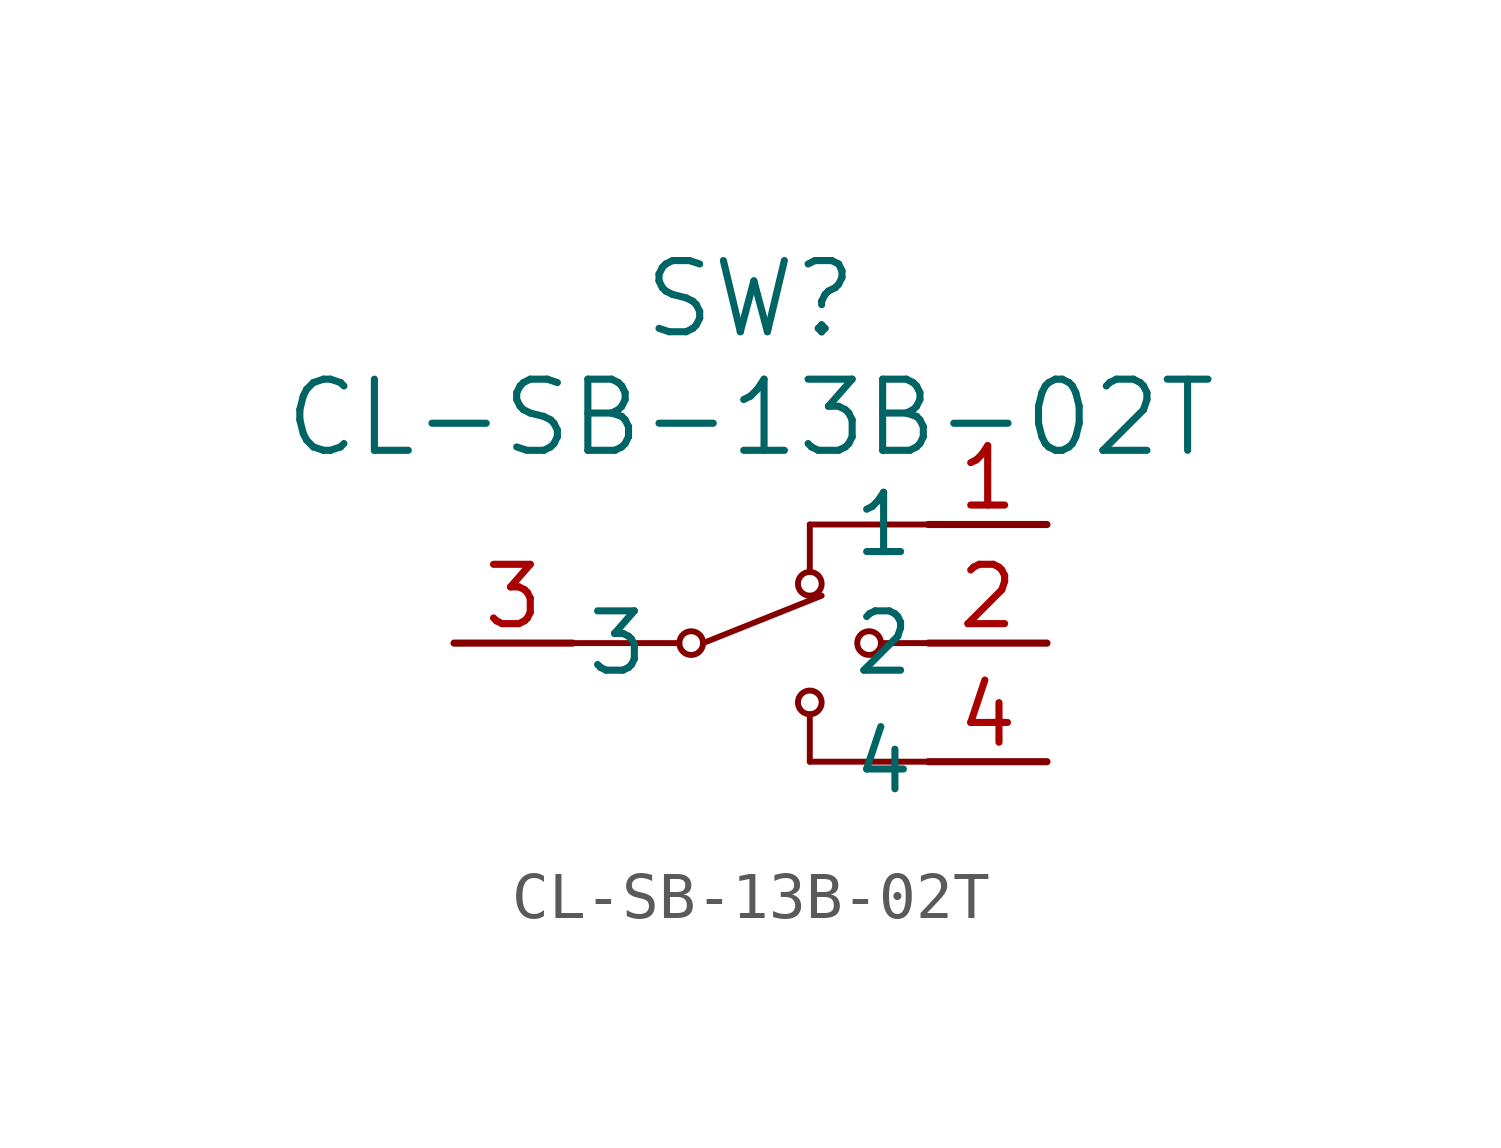
<source format=kicad_sym>
(kicad_symbol_lib
  (version 20220914)
  (generator kicad_symbol_editor)
  (symbol "CL-SB-13B-02T"
    (pin_names
      (offset 0.254))
    (property "Reference" "SW"
      (at 6.35 7.366 0)
      (effects (font (size 1.524 1.524))))
    (property "Value" "CL-SB-13B-02T"
      (at 6.35 4.826 0)
      (effects (font (size 1.524 1.524))))
    (symbol "CL-SB-13B-02T_0_1"
      (polyline (pts (xy 2.54 0) (xy 4.826 0)) (stroke (width 0.127) (type default)) (fill (type none)))
      (polyline (pts (xy 5.334 0) (xy 7.874 1.016)) (stroke (width 0.127) (type default)) (fill (type none)))
      (polyline (pts (xy 7.62 -2.54) (xy 7.62 -1.524)) (stroke (width 0.127) (type default)) (fill (type none)))
      (polyline (pts (xy 7.62 1.524) (xy 7.62 2.54)) (stroke (width 0.127) (type default)) (fill (type none)))
      (polyline (pts (xy 7.62 2.54) (xy 10.16 2.54)) (stroke (width 0.127) (type default)) (fill (type none)))
      (polyline (pts (xy 10.16 -2.54) (xy 7.62 -2.54)) (stroke (width 0.127) (type default)) (fill (type none)))
      (polyline (pts (xy 10.16 0) (xy 9.144 0)) (stroke (width 0.127) (type default)) (fill (type none)))
      (circle (center 5.08 0) (radius 0.254) (stroke (width 0.127) (type default)) (fill (type none)))
      (circle (center 7.62 -1.27) (radius 0.254) (stroke (width 0.127) (type default)) (fill (type none)))
      (circle (center 7.62 1.27) (radius 0.254) (stroke (width 0.127) (type default)) (fill (type none)))
      (circle (center 8.89 0) (radius 0.254) (stroke (width 0.127) (type default)) (fill (type none)))
      (pin unspecified line (at 12.7 2.54 180) (length 2.54) (name "1" (effects (font (size 1.27 1.27)))) (number "1" (effects (font (size 1.27 1.27)))))
      (pin unspecified line (at 12.7 0 180) (length 2.54) (name "2" (effects (font (size 1.27 1.27)))) (number "2" (effects (font (size 1.27 1.27)))))
      (pin unspecified line (at 0 0 0) (length 2.54) (name "3" (effects (font (size 1.27 1.27)))) (number "3" (effects (font (size 1.27 1.27)))))
      (pin unspecified line (at 12.7 -2.54 180) (length 2.54) (name "4" (effects (font (size 1.27 1.27)))) (number "4" (effects (font (size 1.27 1.27))))))))
</source>
